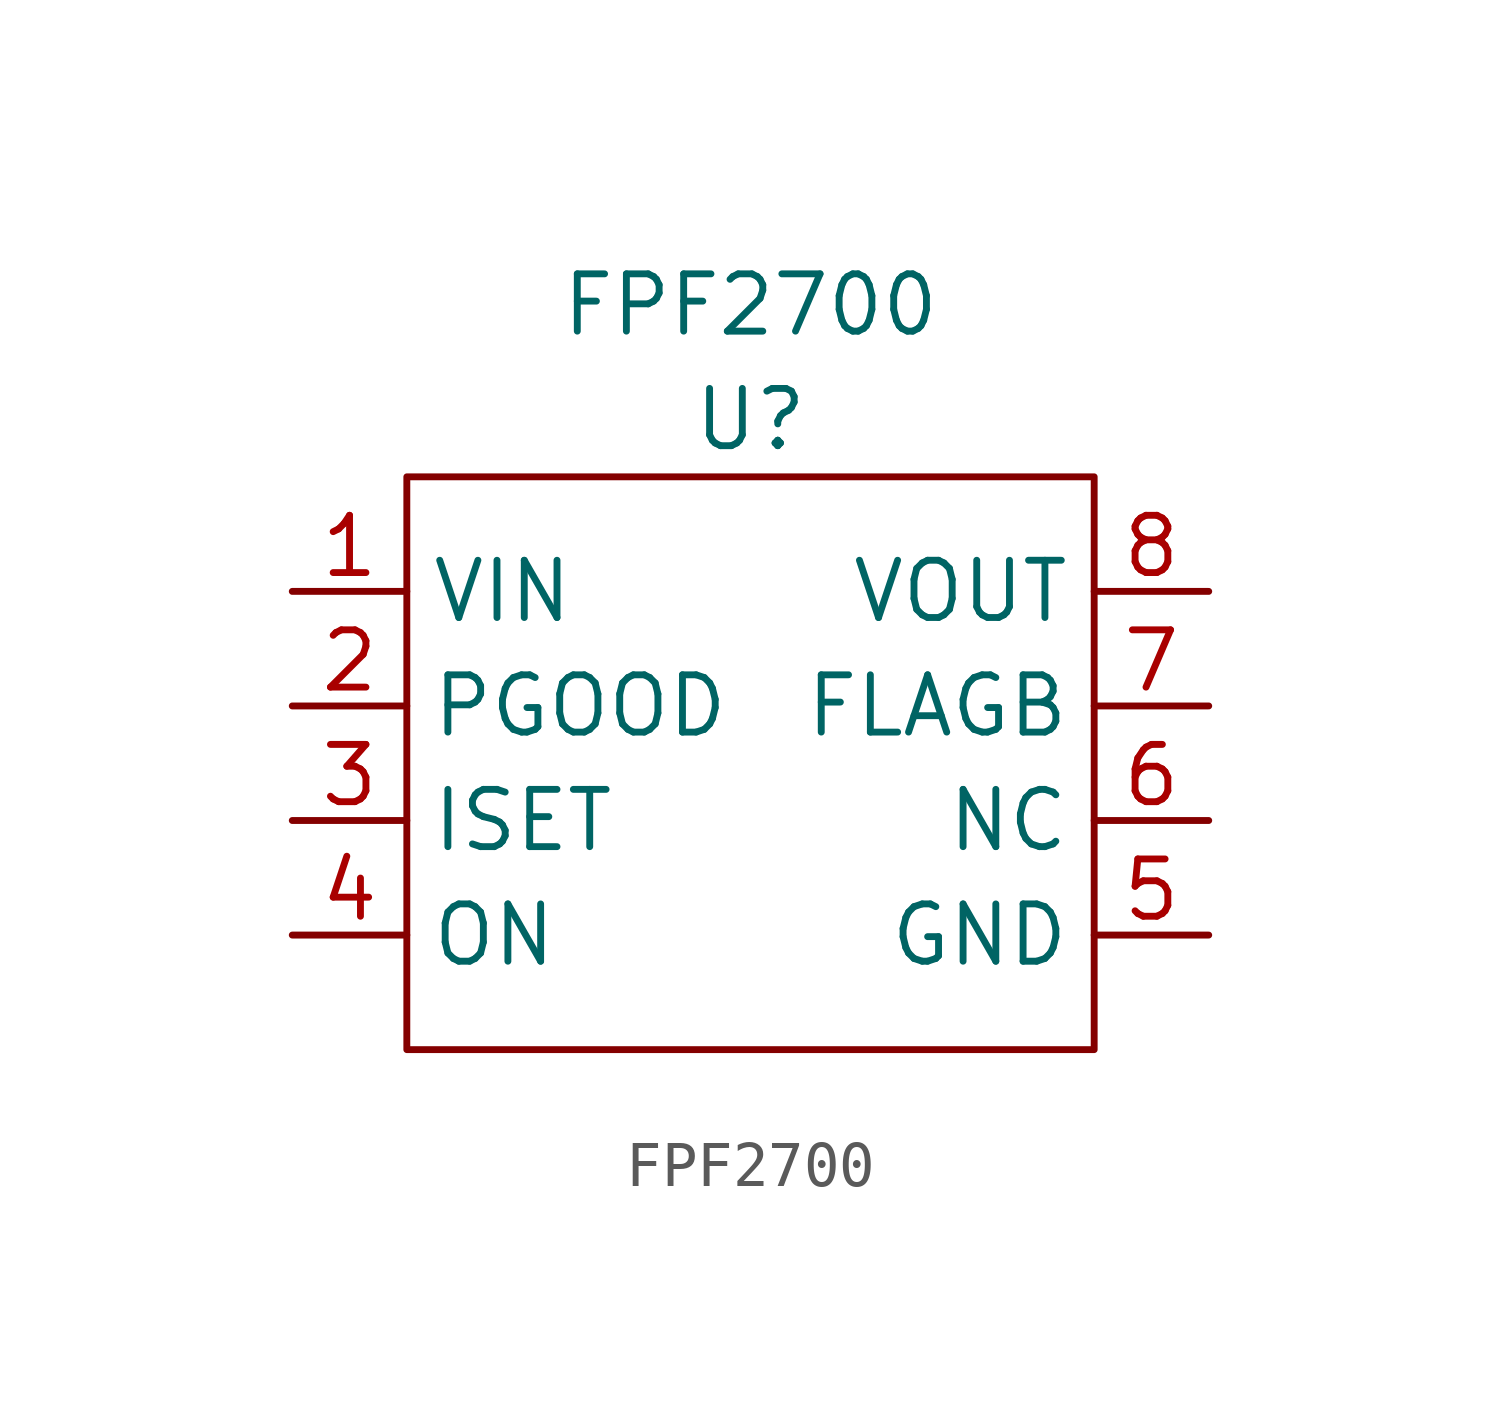
<source format=kicad_sym>
(kicad_symbol_lib
  (version 20211014)
  (generator kicad_symbol_editor)
  (symbol "FPF2700"
    (property "Reference" "U"
      (at 0 0 0)
      (effects (font (size 1.27 1.27))))
    (property "Value" "FPF2700"
      (at 0 2.54 0)
      (effects (font (size 1.27 1.27))))
    (symbol "FPF2700_0_1"
      (rectangle (start -7.62 -13.97) (end 7.62 -1.27) (stroke (width 0) (type default) (color 0 0 0 0)) (fill (type none))))
    (symbol "FPF2700_1_1"
      (pin input line (at -10.16 -3.81 0) (length 2.54) (name "VIN" (effects (font (size 1.27 1.27)))) (number "1" (effects (font (size 1.27 1.27)))))
      (pin input line (at -10.16 -6.35 0) (length 2.54) (name "PGOOD" (effects (font (size 1.27 1.27)))) (number "2" (effects (font (size 1.27 1.27)))))
      (pin input line (at -10.16 -8.89 0) (length 2.54) (name "ISET" (effects (font (size 1.27 1.27)))) (number "3" (effects (font (size 1.27 1.27)))))
      (pin input line (at -10.16 -11.43 0) (length 2.54) (name "ON" (effects (font (size 1.27 1.27)))) (number "4" (effects (font (size 1.27 1.27)))))
      (pin input line (at 10.16 -11.43 180) (length 2.54) (name "GND" (effects (font (size 1.27 1.27)))) (number "5" (effects (font (size 1.27 1.27)))))
      (pin input line (at 10.16 -8.89 180) (length 2.54) (name "NC" (effects (font (size 1.27 1.27)))) (number "6" (effects (font (size 1.27 1.27)))))
      (pin input line (at 10.16 -6.35 180) (length 2.54) (name "FLAGB" (effects (font (size 1.27 1.27)))) (number "7" (effects (font (size 1.27 1.27)))))
      (pin input line (at 10.16 -3.81 180) (length 2.54) (name "VOUT" (effects (font (size 1.27 1.27)))) (number "8" (effects (font (size 1.27 1.27))))))))
</source>
